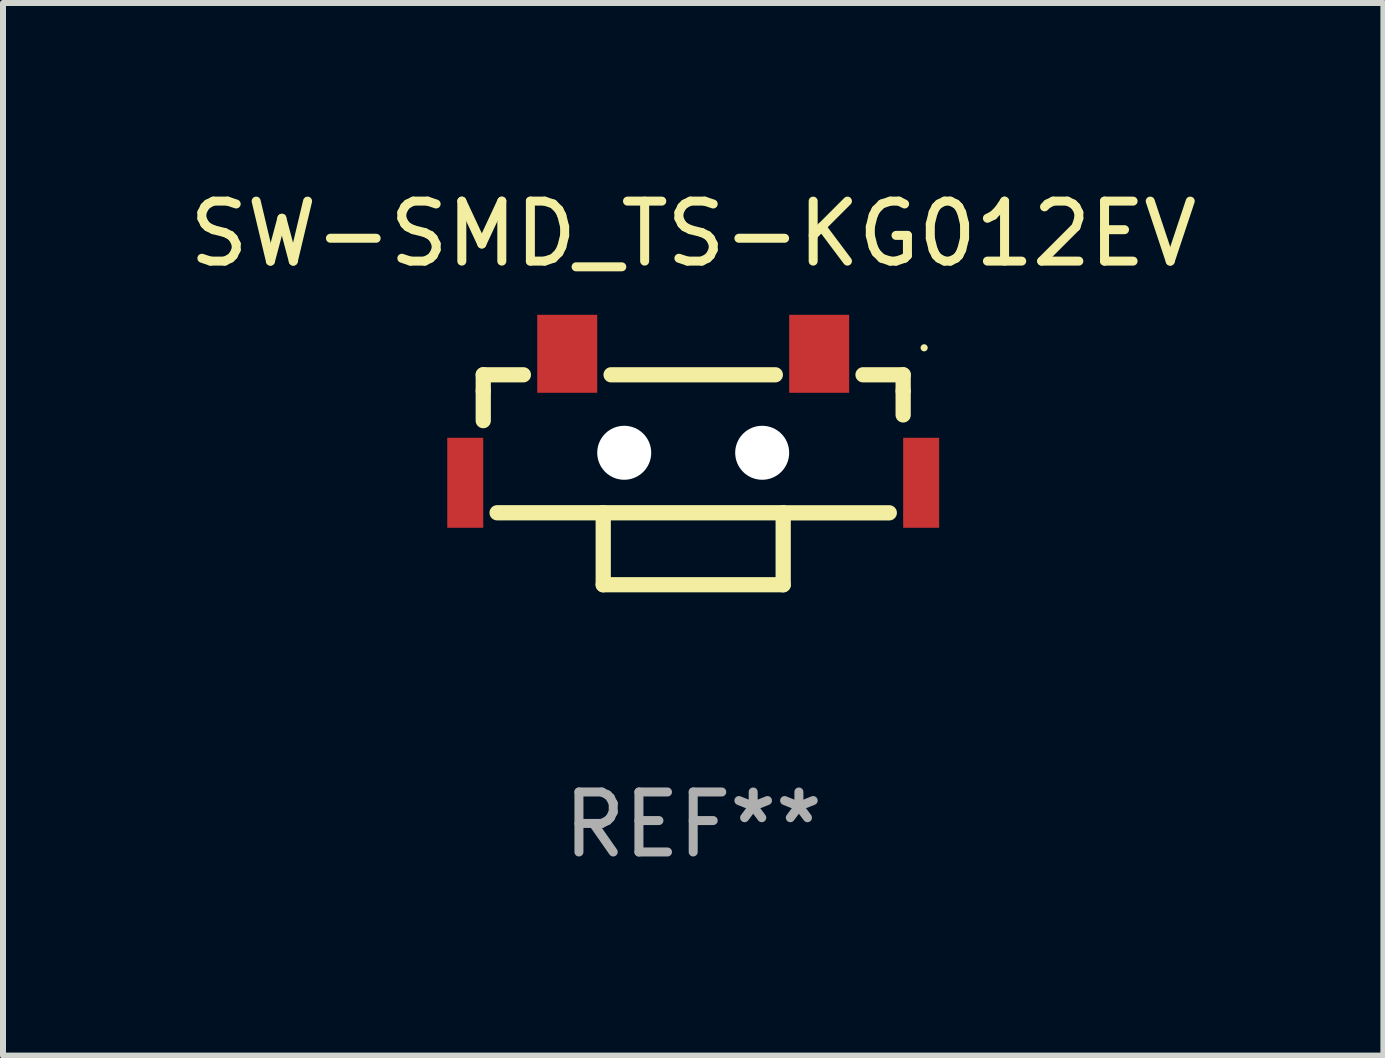
<source format=kicad_pcb>
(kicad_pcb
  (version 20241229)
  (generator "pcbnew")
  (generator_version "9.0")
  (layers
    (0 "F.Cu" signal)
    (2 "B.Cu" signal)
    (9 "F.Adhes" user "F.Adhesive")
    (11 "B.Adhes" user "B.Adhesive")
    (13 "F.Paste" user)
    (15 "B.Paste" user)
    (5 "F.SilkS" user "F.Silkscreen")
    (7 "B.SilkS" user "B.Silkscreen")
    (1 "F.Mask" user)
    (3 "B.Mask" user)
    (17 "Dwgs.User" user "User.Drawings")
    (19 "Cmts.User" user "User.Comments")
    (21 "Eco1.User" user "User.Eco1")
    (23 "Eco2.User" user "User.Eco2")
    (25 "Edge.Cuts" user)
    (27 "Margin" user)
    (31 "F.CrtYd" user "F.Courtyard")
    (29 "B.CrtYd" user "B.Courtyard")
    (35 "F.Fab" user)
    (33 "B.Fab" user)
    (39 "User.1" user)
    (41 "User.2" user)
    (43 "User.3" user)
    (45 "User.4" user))
  (footprint "SW-SMD_TS-KG012EV"
    (layer "F.Cu")
    (at 8.506 3.923)
    (property "Reference" "SW-SMD_TS-KG012EV" (at 0 -3.075 0) (layer "F.SilkS") (effects (font (size 1 1) (thickness 0.15))))
    (attr through_hole)
    (fp_line (start -3.5 -0.725) (end -3.5 -0.456) (stroke (width 0.254) (type solid)) (layer "F.SilkS"))
    (fp_line (start -3.5 -0.725) (end -2.831 -0.725) (stroke (width 0.254) (type solid)) (layer "F.SilkS"))
    (fp_line (start -3.5 -0.456) (end -3.5 0.039) (stroke (width 0.254) (type solid)) (layer "F.SilkS"))
    (fp_line (start -1.5 1.575) (end -3.269 1.575) (stroke (width 0.254) (type solid)) (layer "F.SilkS"))
    (fp_line (start -1.5 1.575) (end 1.5 1.575) (stroke (width 0.254) (type solid)) (layer "F.SilkS"))
    (fp_line (start -1.5 2.775) (end -1.5 1.575) (stroke (width 0.254) (type solid)) (layer "F.SilkS"))
    (fp_line (start -1.369 -0.725) (end 1.369 -0.725) (stroke (width 0.254) (type solid)) (layer "F.SilkS"))
    (fp_line (start 1.5 1.576) (end 1.5 2.775) (stroke (width 0.254) (type solid)) (layer "F.SilkS"))
    (fp_line (start 1.5 2.775) (end -1.5 2.775) (stroke (width 0.254) (type solid)) (layer "F.SilkS"))
    (fp_line (start 2.831 -0.725) (end 3.5 -0.725) (stroke (width 0.254) (type solid)) (layer "F.SilkS"))
    (fp_line (start 3.269 1.576) (end 1.5 1.576) (stroke (width 0.254) (type solid)) (layer "F.SilkS"))
    (fp_line (start 3.5 -0.725) (end 3.5 -0.456) (stroke (width 0.254) (type solid)) (layer "F.SilkS"))
    (fp_line (start 3.5 -0.456) (end 3.5 -0.056) (stroke (width 0.254) (type solid)) (layer "F.SilkS"))
    (fp_circle (center 3.85 -1.175) (end 3.88 -1.175) (stroke (width 0.06) (type solid)) (fill no) (layer "F.SilkS"))
    (fp_circle (center -1.15 0.575) (end -0.975 0.575) (stroke (width 0.35) (type solid)) (fill no) (layer "F.Fab"))
    (fp_circle (center 1.15 0.575) (end 1.325 0.575) (stroke (width 0.35) (type solid)) (fill no) (layer "F.Fab"))
    (fp_text user "REF**" (at 0 6.775 0) (layer "F.Fab") (effects (font (size 1 1) (thickness 0.15))))
    (pad "" np_thru_hole circle (at -1.15 0.575) (size 0.9 0.9) (drill 0.9) (layers "*.Cu" "*.Mask"))
    (pad "" np_thru_hole circle (at 1.15 0.575) (size 0.9 0.9) (drill 0.9) (layers "*.Cu" "*.Mask"))
    (pad "1" smd rect (at 2.1 -1.075 180) (size 1 1.3) (layers "F.Cu" "F.Mask" "F.Paste"))
    (pad "2" smd rect (at -2.1 -1.075 180) (size 1 1.3) (layers "F.Cu" "F.Mask" "F.Paste"))
    (pad "3" smd rect (at -3.8 1.075 270) (size 1.5 0.6) (layers "F.Cu" "F.Mask" "F.Paste"))
    (pad "4" smd rect (at 3.8 1.075 270) (size 1.5 0.6) (layers "F.Cu" "F.Mask" "F.Paste")))
  (gr_rect
    (start -3 -3)
    (end 20.012 14.547)
    (stroke (width 0.1) (type default))
    (fill no)
    (layer "Edge.Cuts")))
</source>
